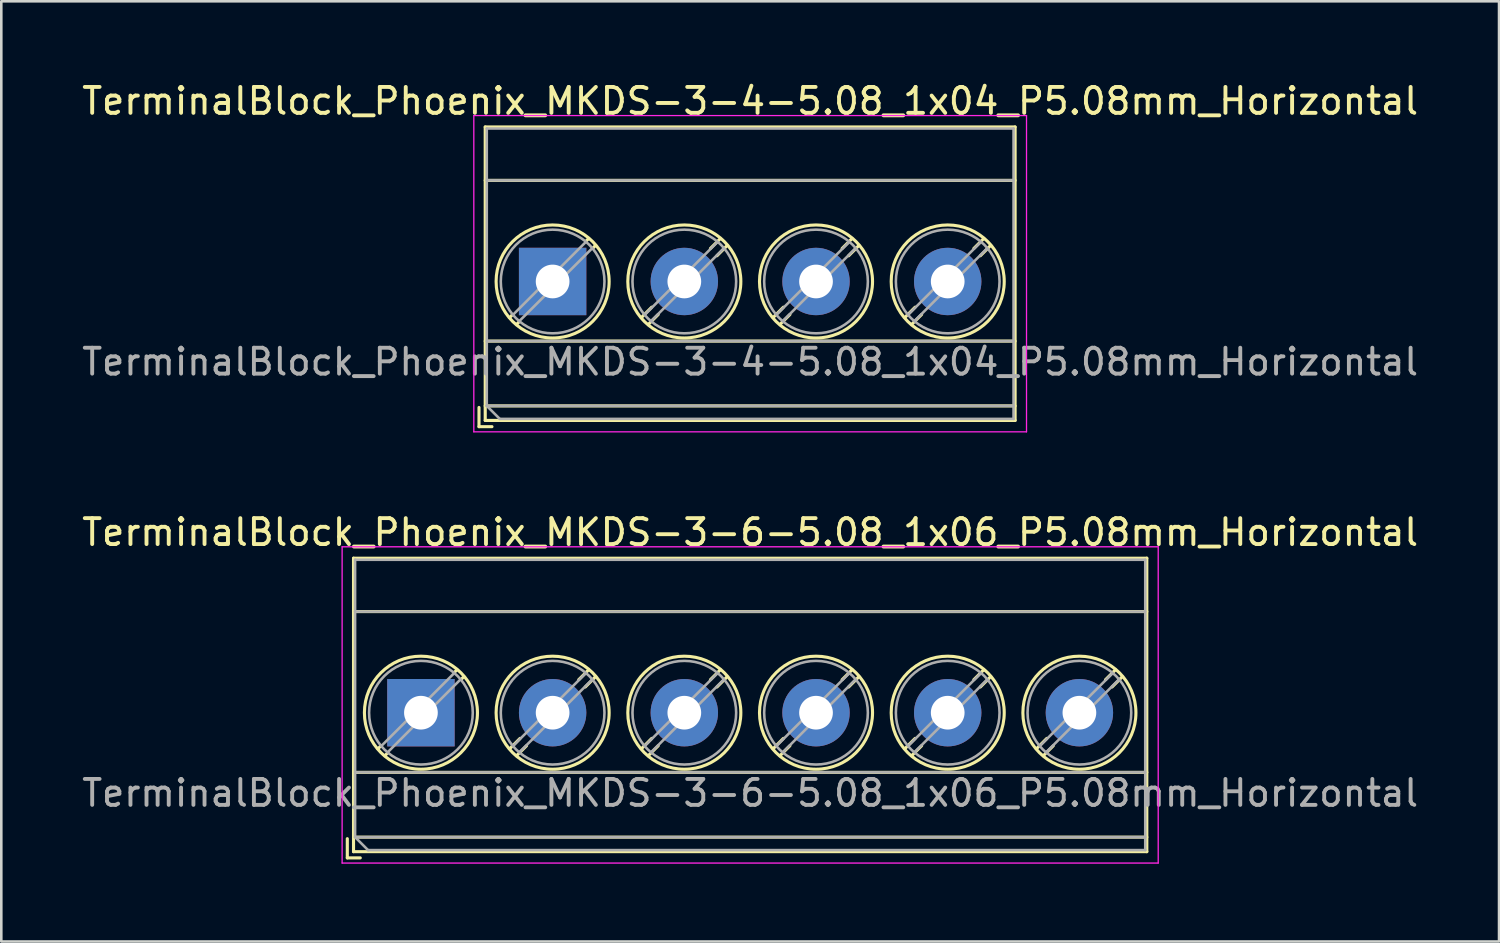
<source format=kicad_pcb>
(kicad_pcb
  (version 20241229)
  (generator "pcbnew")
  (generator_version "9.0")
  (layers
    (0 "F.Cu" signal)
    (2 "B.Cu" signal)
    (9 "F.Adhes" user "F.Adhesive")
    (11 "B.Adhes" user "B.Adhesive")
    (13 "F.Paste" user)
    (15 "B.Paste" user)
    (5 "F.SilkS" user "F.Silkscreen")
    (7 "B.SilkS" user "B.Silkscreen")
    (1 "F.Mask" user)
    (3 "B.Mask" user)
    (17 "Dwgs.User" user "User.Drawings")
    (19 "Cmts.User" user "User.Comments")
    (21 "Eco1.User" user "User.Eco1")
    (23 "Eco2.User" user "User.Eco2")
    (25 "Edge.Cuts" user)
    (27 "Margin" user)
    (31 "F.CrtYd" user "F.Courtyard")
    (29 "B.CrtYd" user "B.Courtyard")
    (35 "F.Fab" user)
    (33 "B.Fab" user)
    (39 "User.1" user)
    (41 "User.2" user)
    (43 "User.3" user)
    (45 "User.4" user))
  (footprint "TerminalBlock_Phoenix_MKDS-3-4-5.08_1x04_P5.08mm_Horizontal"
    (layer "F.Cu")
    (at 18.267 7.808)
    (property "Reference" "TerminalBlock_Phoenix_MKDS-3-4-5.08_1x04_P5.08mm_Horizontal" (at 7.62 -6.96 0) (layer "F.SilkS") (effects (font (size 1 1) (thickness 0.15))))
    (attr through_hole)
    (fp_line (start -2.84 4.86) (end -2.84 5.6) (stroke (width 0.12) (type solid)) (layer "F.SilkS"))
    (fp_line (start -2.84 5.6) (end -2.34 5.6) (stroke (width 0.12) (type solid)) (layer "F.SilkS"))
    (fp_line (start -2.6 -5.96) (end -2.6 5.36) (stroke (width 0.12) (type solid)) (layer "F.SilkS"))
    (fp_line (start -2.6 -5.96) (end 17.84 -5.96) (stroke (width 0.12) (type solid)) (layer "F.SilkS"))
    (fp_line (start -2.6 -3.9) (end 17.84 -3.9) (stroke (width 0.12) (type solid)) (layer "F.SilkS"))
    (fp_line (start -2.6 2.3) (end 17.84 2.3) (stroke (width 0.12) (type solid)) (layer "F.SilkS"))
    (fp_line (start -2.6 4.8) (end 17.84 4.8) (stroke (width 0.12) (type solid)) (layer "F.SilkS"))
    (fp_line (start -2.6 5.36) (end 17.84 5.36) (stroke (width 0.12) (type solid)) (layer "F.SilkS"))
    (fp_line (start -1.548 1.281) (end -1.654 1.388) (stroke (width 0.12) (type solid)) (layer "F.SilkS"))
    (fp_line (start -1.282 1.547) (end -1.388 1.654) (stroke (width 0.12) (type solid)) (layer "F.SilkS"))
    (fp_line (start 1.388 -1.654) (end 1.281 -1.547) (stroke (width 0.12) (type solid)) (layer "F.SilkS"))
    (fp_line (start 1.654 -1.388) (end 1.547 -1.281) (stroke (width 0.12) (type solid)) (layer "F.SilkS"))
    (fp_line (start 3.822 0.992) (end 3.427 1.388) (stroke (width 0.12) (type solid)) (layer "F.SilkS"))
    (fp_line (start 4.073 1.274) (end 3.693 1.654) (stroke (width 0.12) (type solid)) (layer "F.SilkS"))
    (fp_line (start 6.468 -1.654) (end 6.088 -1.274) (stroke (width 0.12) (type solid)) (layer "F.SilkS"))
    (fp_line (start 6.734 -1.388) (end 6.339 -0.992) (stroke (width 0.12) (type solid)) (layer "F.SilkS"))
    (fp_line (start 8.902 0.992) (end 8.507 1.388) (stroke (width 0.12) (type solid)) (layer "F.SilkS"))
    (fp_line (start 9.153 1.274) (end 8.773 1.654) (stroke (width 0.12) (type solid)) (layer "F.SilkS"))
    (fp_line (start 11.548 -1.654) (end 11.168 -1.274) (stroke (width 0.12) (type solid)) (layer "F.SilkS"))
    (fp_line (start 11.814 -1.388) (end 11.419 -0.992) (stroke (width 0.12) (type solid)) (layer "F.SilkS"))
    (fp_line (start 13.982 0.992) (end 13.587 1.388) (stroke (width 0.12) (type solid)) (layer "F.SilkS"))
    (fp_line (start 14.233 1.274) (end 13.853 1.654) (stroke (width 0.12) (type solid)) (layer "F.SilkS"))
    (fp_line (start 16.628 -1.654) (end 16.248 -1.274) (stroke (width 0.12) (type solid)) (layer "F.SilkS"))
    (fp_line (start 16.894 -1.388) (end 16.499 -0.992) (stroke (width 0.12) (type solid)) (layer "F.SilkS"))
    (fp_line (start 17.84 -5.96) (end 17.84 5.36) (stroke (width 0.12) (type solid)) (layer "F.SilkS"))
    (fp_circle (center 0 0) (end 2.18 0) (stroke (width 0.12) (type solid)) (fill no) (layer "F.SilkS"))
    (fp_circle (center 5.08 0) (end 7.26 0) (stroke (width 0.12) (type solid)) (fill no) (layer "F.SilkS"))
    (fp_circle (center 10.16 0) (end 12.34 0) (stroke (width 0.12) (type solid)) (fill no) (layer "F.SilkS"))
    (fp_circle (center 15.24 0) (end 17.42 0) (stroke (width 0.12) (type solid)) (fill no) (layer "F.SilkS"))
    (fp_line (start -3.04 -6.4) (end -3.04 5.8) (stroke (width 0.05) (type solid)) (layer "F.CrtYd"))
    (fp_line (start -3.04 5.8) (end 18.28 5.8) (stroke (width 0.05) (type solid)) (layer "F.CrtYd"))
    (fp_line (start 18.28 -6.4) (end -3.04 -6.4) (stroke (width 0.05) (type solid)) (layer "F.CrtYd"))
    (fp_line (start 18.28 5.8) (end 18.28 -6.4) (stroke (width 0.05) (type solid)) (layer "F.CrtYd"))
    (fp_line (start -2.54 -5.9) (end 17.78 -5.9) (stroke (width 0.1) (type solid)) (layer "F.Fab"))
    (fp_line (start -2.54 -3.9) (end 17.78 -3.9) (stroke (width 0.1) (type solid)) (layer "F.Fab"))
    (fp_line (start -2.54 2.3) (end 17.78 2.3) (stroke (width 0.1) (type solid)) (layer "F.Fab"))
    (fp_line (start -2.54 4.8) (end -2.54 -5.9) (stroke (width 0.1) (type solid)) (layer "F.Fab"))
    (fp_line (start -2.54 4.8) (end 17.78 4.8) (stroke (width 0.1) (type solid)) (layer "F.Fab"))
    (fp_line (start -2.04 5.3) (end -2.54 4.8) (stroke (width 0.1) (type solid)) (layer "F.Fab"))
    (fp_line (start 1.273 -1.517) (end -1.517 1.273) (stroke (width 0.1) (type solid)) (layer "F.Fab"))
    (fp_line (start 1.517 -1.273) (end -1.273 1.517) (stroke (width 0.1) (type solid)) (layer "F.Fab"))
    (fp_line (start 6.353 -1.517) (end 3.564 1.273) (stroke (width 0.1) (type solid)) (layer "F.Fab"))
    (fp_line (start 6.597 -1.273) (end 3.808 1.517) (stroke (width 0.1) (type solid)) (layer "F.Fab"))
    (fp_line (start 11.433 -1.517) (end 8.644 1.273) (stroke (width 0.1) (type solid)) (layer "F.Fab"))
    (fp_line (start 11.677 -1.273) (end 8.888 1.517) (stroke (width 0.1) (type solid)) (layer "F.Fab"))
    (fp_line (start 16.513 -1.517) (end 13.724 1.273) (stroke (width 0.1) (type solid)) (layer "F.Fab"))
    (fp_line (start 16.757 -1.273) (end 13.968 1.517) (stroke (width 0.1) (type solid)) (layer "F.Fab"))
    (fp_line (start 17.78 -5.9) (end 17.78 5.3) (stroke (width 0.1) (type solid)) (layer "F.Fab"))
    (fp_line (start 17.78 5.3) (end -2.04 5.3) (stroke (width 0.1) (type solid)) (layer "F.Fab"))
    (fp_circle (center 0 0) (end 2 0) (stroke (width 0.1) (type solid)) (fill no) (layer "F.Fab"))
    (fp_circle (center 5.08 0) (end 7.08 0) (stroke (width 0.1) (type solid)) (fill no) (layer "F.Fab"))
    (fp_circle (center 10.16 0) (end 12.16 0) (stroke (width 0.1) (type solid)) (fill no) (layer "F.Fab"))
    (fp_circle (center 15.24 0) (end 17.24 0) (stroke (width 0.1) (type solid)) (fill no) (layer "F.Fab"))
    (fp_text user "${REFERENCE}" (at 7.62 3.1 0) (layer "F.Fab") (effects (font (size 1 1) (thickness 0.15))))
    (pad "1" thru_hole rect (at 0 0) (size 2.6 2.6) (drill 1.3) (layers "*.Cu" "*.Mask"))
    (pad "2" thru_hole circle (at 5.08 0) (size 2.6 2.6) (drill 1.3) (layers "*.Cu" "*.Mask"))
    (pad "3" thru_hole circle (at 10.16 0) (size 2.6 2.6) (drill 1.3) (layers "*.Cu" "*.Mask"))
    (pad "4" thru_hole circle (at 15.24 0) (size 2.6 2.6) (drill 1.3) (layers "*.Cu" "*.Mask")))
  (footprint "TerminalBlock_Phoenix_MKDS-3-6-5.08_1x06_P5.08mm_Horizontal"
    (layer "F.Cu")
    (at 13.187 24.442)
    (property "Reference" "TerminalBlock_Phoenix_MKDS-3-6-5.08_1x06_P5.08mm_Horizontal" (at 12.7 -6.96 0) (layer "F.SilkS") (effects (font (size 1 1) (thickness 0.15))))
    (attr through_hole)
    (fp_line (start -2.84 4.86) (end -2.84 5.6) (stroke (width 0.12) (type solid)) (layer "F.SilkS"))
    (fp_line (start -2.84 5.6) (end -2.34 5.6) (stroke (width 0.12) (type solid)) (layer "F.SilkS"))
    (fp_line (start -2.6 -5.96) (end -2.6 5.36) (stroke (width 0.12) (type solid)) (layer "F.SilkS"))
    (fp_line (start -2.6 -5.96) (end 28 -5.96) (stroke (width 0.12) (type solid)) (layer "F.SilkS"))
    (fp_line (start -2.6 -3.9) (end 28 -3.9) (stroke (width 0.12) (type solid)) (layer "F.SilkS"))
    (fp_line (start -2.6 2.3) (end 28 2.3) (stroke (width 0.12) (type solid)) (layer "F.SilkS"))
    (fp_line (start -2.6 4.8) (end 28 4.8) (stroke (width 0.12) (type solid)) (layer "F.SilkS"))
    (fp_line (start -2.6 5.36) (end 28 5.36) (stroke (width 0.12) (type solid)) (layer "F.SilkS"))
    (fp_line (start -1.548 1.281) (end -1.654 1.388) (stroke (width 0.12) (type solid)) (layer "F.SilkS"))
    (fp_line (start -1.282 1.547) (end -1.388 1.654) (stroke (width 0.12) (type solid)) (layer "F.SilkS"))
    (fp_line (start 1.388 -1.654) (end 1.281 -1.547) (stroke (width 0.12) (type solid)) (layer "F.SilkS"))
    (fp_line (start 1.654 -1.388) (end 1.547 -1.281) (stroke (width 0.12) (type solid)) (layer "F.SilkS"))
    (fp_line (start 3.822 0.992) (end 3.427 1.388) (stroke (width 0.12) (type solid)) (layer "F.SilkS"))
    (fp_line (start 4.073 1.274) (end 3.693 1.654) (stroke (width 0.12) (type solid)) (layer "F.SilkS"))
    (fp_line (start 6.468 -1.654) (end 6.088 -1.274) (stroke (width 0.12) (type solid)) (layer "F.SilkS"))
    (fp_line (start 6.734 -1.388) (end 6.339 -0.992) (stroke (width 0.12) (type solid)) (layer "F.SilkS"))
    (fp_line (start 8.902 0.992) (end 8.507 1.388) (stroke (width 0.12) (type solid)) (layer "F.SilkS"))
    (fp_line (start 9.153 1.274) (end 8.773 1.654) (stroke (width 0.12) (type solid)) (layer "F.SilkS"))
    (fp_line (start 11.548 -1.654) (end 11.168 -1.274) (stroke (width 0.12) (type solid)) (layer "F.SilkS"))
    (fp_line (start 11.814 -1.388) (end 11.419 -0.992) (stroke (width 0.12) (type solid)) (layer "F.SilkS"))
    (fp_line (start 13.982 0.992) (end 13.587 1.388) (stroke (width 0.12) (type solid)) (layer "F.SilkS"))
    (fp_line (start 14.233 1.274) (end 13.853 1.654) (stroke (width 0.12) (type solid)) (layer "F.SilkS"))
    (fp_line (start 16.628 -1.654) (end 16.248 -1.274) (stroke (width 0.12) (type solid)) (layer "F.SilkS"))
    (fp_line (start 16.894 -1.388) (end 16.499 -0.992) (stroke (width 0.12) (type solid)) (layer "F.SilkS"))
    (fp_line (start 19.062 0.992) (end 18.667 1.388) (stroke (width 0.12) (type solid)) (layer "F.SilkS"))
    (fp_line (start 19.313 1.274) (end 18.933 1.654) (stroke (width 0.12) (type solid)) (layer "F.SilkS"))
    (fp_line (start 21.708 -1.654) (end 21.328 -1.274) (stroke (width 0.12) (type solid)) (layer "F.SilkS"))
    (fp_line (start 21.974 -1.388) (end 21.579 -0.992) (stroke (width 0.12) (type solid)) (layer "F.SilkS"))
    (fp_line (start 24.142 0.992) (end 23.747 1.388) (stroke (width 0.12) (type solid)) (layer "F.SilkS"))
    (fp_line (start 24.393 1.274) (end 24.013 1.654) (stroke (width 0.12) (type solid)) (layer "F.SilkS"))
    (fp_line (start 26.788 -1.654) (end 26.408 -1.274) (stroke (width 0.12) (type solid)) (layer "F.SilkS"))
    (fp_line (start 27.054 -1.388) (end 26.659 -0.992) (stroke (width 0.12) (type solid)) (layer "F.SilkS"))
    (fp_line (start 28 -5.96) (end 28 5.36) (stroke (width 0.12) (type solid)) (layer "F.SilkS"))
    (fp_circle (center 0 0) (end 2.18 0) (stroke (width 0.12) (type solid)) (fill no) (layer "F.SilkS"))
    (fp_circle (center 5.08 0) (end 7.26 0) (stroke (width 0.12) (type solid)) (fill no) (layer "F.SilkS"))
    (fp_circle (center 10.16 0) (end 12.34 0) (stroke (width 0.12) (type solid)) (fill no) (layer "F.SilkS"))
    (fp_circle (center 15.24 0) (end 17.42 0) (stroke (width 0.12) (type solid)) (fill no) (layer "F.SilkS"))
    (fp_circle (center 20.32 0) (end 22.5 0) (stroke (width 0.12) (type solid)) (fill no) (layer "F.SilkS"))
    (fp_circle (center 25.4 0) (end 27.58 0) (stroke (width 0.12) (type solid)) (fill no) (layer "F.SilkS"))
    (fp_line (start -3.04 -6.4) (end -3.04 5.8) (stroke (width 0.05) (type solid)) (layer "F.CrtYd"))
    (fp_line (start -3.04 5.8) (end 28.44 5.8) (stroke (width 0.05) (type solid)) (layer "F.CrtYd"))
    (fp_line (start 28.44 -6.4) (end -3.04 -6.4) (stroke (width 0.05) (type solid)) (layer "F.CrtYd"))
    (fp_line (start 28.44 5.8) (end 28.44 -6.4) (stroke (width 0.05) (type solid)) (layer "F.CrtYd"))
    (fp_line (start -2.54 -5.9) (end 27.94 -5.9) (stroke (width 0.1) (type solid)) (layer "F.Fab"))
    (fp_line (start -2.54 -3.9) (end 27.94 -3.9) (stroke (width 0.1) (type solid)) (layer "F.Fab"))
    (fp_line (start -2.54 2.3) (end 27.94 2.3) (stroke (width 0.1) (type solid)) (layer "F.Fab"))
    (fp_line (start -2.54 4.8) (end -2.54 -5.9) (stroke (width 0.1) (type solid)) (layer "F.Fab"))
    (fp_line (start -2.54 4.8) (end 27.94 4.8) (stroke (width 0.1) (type solid)) (layer "F.Fab"))
    (fp_line (start -2.04 5.3) (end -2.54 4.8) (stroke (width 0.1) (type solid)) (layer "F.Fab"))
    (fp_line (start 1.273 -1.517) (end -1.517 1.273) (stroke (width 0.1) (type solid)) (layer "F.Fab"))
    (fp_line (start 1.517 -1.273) (end -1.273 1.517) (stroke (width 0.1) (type solid)) (layer "F.Fab"))
    (fp_line (start 6.353 -1.517) (end 3.564 1.273) (stroke (width 0.1) (type solid)) (layer "F.Fab"))
    (fp_line (start 6.597 -1.273) (end 3.808 1.517) (stroke (width 0.1) (type solid)) (layer "F.Fab"))
    (fp_line (start 11.433 -1.517) (end 8.644 1.273) (stroke (width 0.1) (type solid)) (layer "F.Fab"))
    (fp_line (start 11.677 -1.273) (end 8.888 1.517) (stroke (width 0.1) (type solid)) (layer "F.Fab"))
    (fp_line (start 16.513 -1.517) (end 13.724 1.273) (stroke (width 0.1) (type solid)) (layer "F.Fab"))
    (fp_line (start 16.757 -1.273) (end 13.968 1.517) (stroke (width 0.1) (type solid)) (layer "F.Fab"))
    (fp_line (start 21.593 -1.517) (end 18.804 1.273) (stroke (width 0.1) (type solid)) (layer "F.Fab"))
    (fp_line (start 21.837 -1.273) (end 19.048 1.517) (stroke (width 0.1) (type solid)) (layer "F.Fab"))
    (fp_line (start 26.673 -1.517) (end 23.884 1.273) (stroke (width 0.1) (type solid)) (layer "F.Fab"))
    (fp_line (start 26.917 -1.273) (end 24.128 1.517) (stroke (width 0.1) (type solid)) (layer "F.Fab"))
    (fp_line (start 27.94 -5.9) (end 27.94 5.3) (stroke (width 0.1) (type solid)) (layer "F.Fab"))
    (fp_line (start 27.94 5.3) (end -2.04 5.3) (stroke (width 0.1) (type solid)) (layer "F.Fab"))
    (fp_circle (center 0 0) (end 2 0) (stroke (width 0.1) (type solid)) (fill no) (layer "F.Fab"))
    (fp_circle (center 5.08 0) (end 7.08 0) (stroke (width 0.1) (type solid)) (fill no) (layer "F.Fab"))
    (fp_circle (center 10.16 0) (end 12.16 0) (stroke (width 0.1) (type solid)) (fill no) (layer "F.Fab"))
    (fp_circle (center 15.24 0) (end 17.24 0) (stroke (width 0.1) (type solid)) (fill no) (layer "F.Fab"))
    (fp_circle (center 20.32 0) (end 22.32 0) (stroke (width 0.1) (type solid)) (fill no) (layer "F.Fab"))
    (fp_circle (center 25.4 0) (end 27.4 0) (stroke (width 0.1) (type solid)) (fill no) (layer "F.Fab"))
    (fp_text user "${REFERENCE}" (at 12.7 3.1 0) (layer "F.Fab") (effects (font (size 1 1) (thickness 0.15))))
    (pad "1" thru_hole rect (at 0 0) (size 2.6 2.6) (drill 1.3) (layers "*.Cu" "*.Mask"))
    (pad "2" thru_hole circle (at 5.08 0) (size 2.6 2.6) (drill 1.3) (layers "*.Cu" "*.Mask"))
    (pad "3" thru_hole circle (at 10.16 0) (size 2.6 2.6) (drill 1.3) (layers "*.Cu" "*.Mask"))
    (pad "4" thru_hole circle (at 15.24 0) (size 2.6 2.6) (drill 1.3) (layers "*.Cu" "*.Mask"))
    (pad "5" thru_hole circle (at 20.32 0) (size 2.6 2.6) (drill 1.3) (layers "*.Cu" "*.Mask"))
    (pad "6" thru_hole circle (at 25.4 0) (size 2.6 2.6) (drill 1.3) (layers "*.Cu" "*.Mask")))
  (gr_rect
    (start -3 -3)
    (end 54.774 33.267)
    (stroke (width 0.1) (type default))
    (fill no)
    (layer "Edge.Cuts")))
</source>
